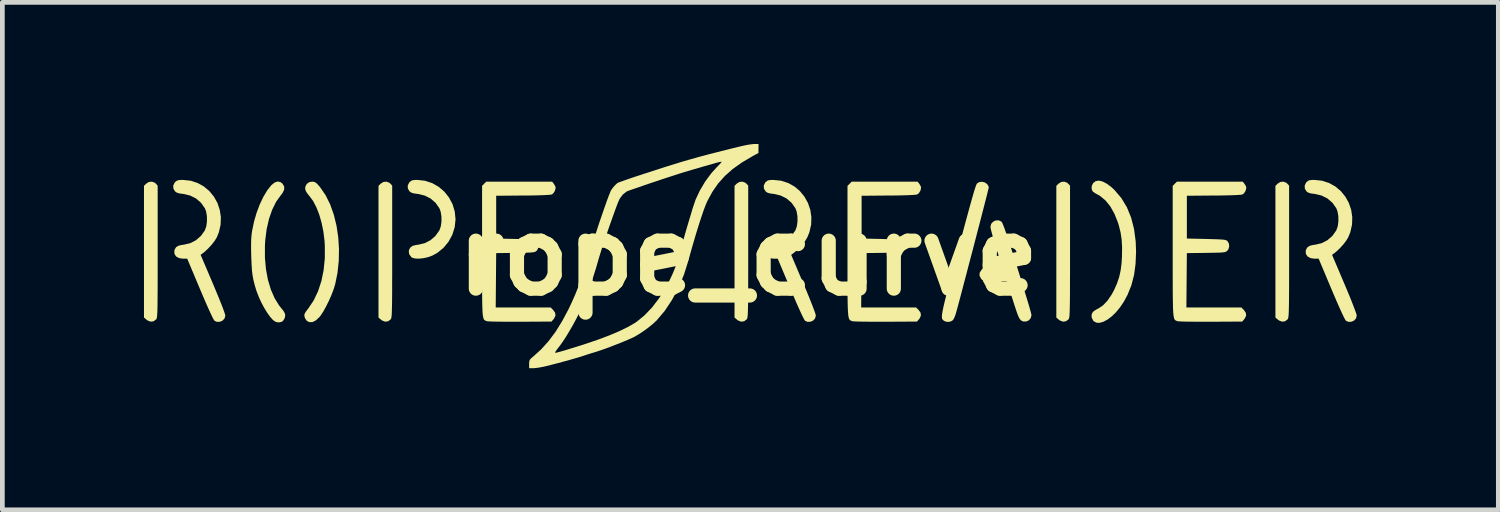
<source format=kicad_pcb>
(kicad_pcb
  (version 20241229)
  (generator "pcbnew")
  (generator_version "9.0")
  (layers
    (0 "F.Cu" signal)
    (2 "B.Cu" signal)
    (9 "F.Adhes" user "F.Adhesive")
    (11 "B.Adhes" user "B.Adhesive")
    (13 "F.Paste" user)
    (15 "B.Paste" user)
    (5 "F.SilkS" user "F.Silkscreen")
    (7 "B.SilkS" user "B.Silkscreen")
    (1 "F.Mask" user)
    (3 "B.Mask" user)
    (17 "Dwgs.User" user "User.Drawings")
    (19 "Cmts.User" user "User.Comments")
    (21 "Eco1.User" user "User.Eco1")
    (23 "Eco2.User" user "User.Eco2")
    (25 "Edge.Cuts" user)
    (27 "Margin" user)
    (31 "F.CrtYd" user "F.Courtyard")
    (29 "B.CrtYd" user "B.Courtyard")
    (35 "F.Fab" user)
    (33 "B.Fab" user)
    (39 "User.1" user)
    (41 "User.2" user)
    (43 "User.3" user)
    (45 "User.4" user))
  (footprint "rope_curve"
    (layer "F.Cu")
    (at 12.8 2.375)
    (property "Reference" "rope_curve" (at 0 0 0) (layer "F.SilkS") (effects (font (size 1.524 1.524) (thickness 0.3))))
    (attr board_only exclude_from_pos_files exclude_from_bom)
    (fp_poly (pts (xy -12.57 -1.554) (xy -12.549 -1.535) (xy -12.51 -1.493) (xy -12.51 -0.096) (xy -12.51 0.163) (xy -12.51 0.388) (xy -12.51 0.582) (xy -12.511 0.747) (xy -12.512 0.885) (xy -12.513 0.999) (xy -12.514 1.092) (xy -12.516 1.165) (xy -12.519 1.222) (xy -12.522 1.264) (xy -12.525 1.294) (xy -12.53 1.315) (xy -12.535 1.329) (xy -12.54 1.338) (xy -12.541 1.34) (xy -12.596 1.381) (xy -12.659 1.389) (xy -12.724 1.364) (xy -12.742 1.351) (xy -12.8 1.302) (xy -12.8 -1.488) (xy -12.755 -1.533) (xy -12.697 -1.57) (xy -12.631 -1.577)) (stroke (width 0) (type solid)) (fill yes) (layer "F.SilkS"))
    (fp_poly (pts (xy -7.603 -1.554) (xy -7.581 -1.535) (xy -7.542 -1.493) (xy -7.542 -0.096) (xy -7.542 0.163) (xy -7.542 0.388) (xy -7.543 0.582) (xy -7.543 0.747) (xy -7.544 0.885) (xy -7.545 0.999) (xy -7.547 1.092) (xy -7.549 1.165) (xy -7.551 1.222) (xy -7.554 1.264) (xy -7.558 1.294) (xy -7.562 1.315) (xy -7.567 1.329) (xy -7.573 1.338) (xy -7.574 1.34) (xy -7.628 1.381) (xy -7.692 1.389) (xy -7.757 1.364) (xy -7.774 1.351) (xy -7.832 1.302) (xy -7.832 -1.488) (xy -7.788 -1.533) (xy -7.729 -1.57) (xy -7.664 -1.577)) (stroke (width 0) (type solid)) (fill yes) (layer "F.SilkS"))
    (fp_poly (pts (xy -0.061 -1.554) (xy -0.039 -1.535) (xy 0 -1.493) (xy 0 -0.096) (xy -0.000041 0.163) (xy -0.000199 0.388) (xy -0.001 0.582) (xy -0.001 0.747) (xy -0.002 0.885) (xy -0.003 0.999) (xy -0.005 1.092) (xy -0.007 1.165) (xy -0.009 1.222) (xy -0.012 1.264) (xy -0.016 1.294) (xy -0.02 1.315) (xy -0.025 1.329) (xy -0.031 1.338) (xy -0.032 1.34) (xy -0.086 1.381) (xy -0.15 1.389) (xy -0.215 1.364) (xy -0.232 1.351) (xy -0.29 1.302) (xy -0.29 -1.488) (xy -0.246 -1.533) (xy -0.187 -1.57) (xy -0.122 -1.577)) (stroke (width 0) (type solid)) (fill yes) (layer "F.SilkS"))
    (fp_poly (pts (xy 6.756 -1.554) (xy 6.777 -1.535) (xy 6.817 -1.493) (xy 6.817 -0.096) (xy 6.817 0.163) (xy 6.817 0.388) (xy 6.816 0.582) (xy 6.816 0.747) (xy 6.815 0.885) (xy 6.814 0.999) (xy 6.812 1.092) (xy 6.81 1.165) (xy 6.808 1.222) (xy 6.805 1.264) (xy 6.801 1.294) (xy 6.797 1.315) (xy 6.792 1.329) (xy 6.786 1.338) (xy 6.785 1.34) (xy 6.73 1.381) (xy 6.667 1.389) (xy 6.602 1.364) (xy 6.584 1.351) (xy 6.527 1.302) (xy 6.527 -1.488) (xy 6.571 -1.533) (xy 6.63 -1.57) (xy 6.695 -1.577)) (stroke (width 0) (type solid)) (fill yes) (layer "F.SilkS"))
    (fp_poly (pts (xy 11.397 -1.554) (xy 11.419 -1.535) (xy 11.458 -1.493) (xy 11.458 -0.096) (xy 11.458 0.163) (xy 11.458 0.388) (xy 11.458 0.582) (xy 11.457 0.747) (xy 11.456 0.885) (xy 11.455 0.999) (xy 11.453 1.092) (xy 11.451 1.165) (xy 11.449 1.222) (xy 11.446 1.264) (xy 11.442 1.294) (xy 11.438 1.315) (xy 11.433 1.329) (xy 11.427 1.338) (xy 11.426 1.34) (xy 11.372 1.381) (xy 11.308 1.389) (xy 11.244 1.364) (xy 11.226 1.351) (xy 11.168 1.302) (xy 11.168 -1.488) (xy 11.213 -1.533) (xy 11.271 -1.57) (xy 11.336 -1.577)) (stroke (width 0) (type solid)) (fill yes) (layer "F.SilkS"))
    (fp_poly (pts (xy -9.198 -1.573) (xy -9.164 -1.558) (xy -9.127 -1.526) (xy -9.08 -1.472) (xy -9.062 -1.45) (xy -8.95 -1.285) (xy -8.855 -1.093) (xy -8.779 -0.878) (xy -8.722 -0.646) (xy -8.685 -0.401) (xy -8.669 -0.149) (xy -8.674 0.105) (xy -8.701 0.358) (xy -8.75 0.598) (xy -8.783 0.704) (xy -8.828 0.823) (xy -8.883 0.947) (xy -8.942 1.066) (xy -9.001 1.173) (xy -9.057 1.258) (xy -9.082 1.29) (xy -9.157 1.361) (xy -9.229 1.397) (xy -9.294 1.4) (xy -9.348 1.374) (xy -9.387 1.321) (xy -9.401 1.277) (xy -9.403 1.246) (xy -9.393 1.213) (xy -9.366 1.17) (xy -9.319 1.109) (xy -9.317 1.106) (xy -9.205 0.939) (xy -9.113 0.746) (xy -9.042 0.53) (xy -8.994 0.295) (xy -8.969 0.045) (xy -8.969 -0.216) (xy -8.975 -0.321) (xy -8.999 -0.515) (xy -9.037 -0.703) (xy -9.087 -0.878) (xy -9.148 -1.034) (xy -9.217 -1.166) (xy -9.287 -1.262) (xy -9.344 -1.332) (xy -9.376 -1.387) (xy -9.386 -1.436) (xy -9.382 -1.47) (xy -9.352 -1.529) (xy -9.297 -1.567) (xy -9.238 -1.577)) (stroke (width 0) (type solid)) (fill yes) (layer "F.SilkS"))
    (fp_poly (pts (xy -6.848 -1.596) (xy -6.697 -1.547) (xy -6.559 -1.469) (xy -6.439 -1.367) (xy -6.34 -1.243) (xy -6.264 -1.101) (xy -6.217 -0.945) (xy -6.2 -0.78) (xy -6.218 -0.612) (xy -6.268 -0.452) (xy -6.348 -0.305) (xy -6.454 -0.176) (xy -6.584 -0.07) (xy -6.686 -0.013) (xy -6.776 0.021) (xy -6.872 0.043) (xy -6.966 0.054) (xy -7.049 0.052) (xy -7.112 0.037) (xy -7.137 0.021) (xy -7.182 -0.04) (xy -7.191 -0.105) (xy -7.18 -0.144) (xy -7.152 -0.188) (xy -7.108 -0.217) (xy -7.04 -0.235) (xy -6.982 -0.243) (xy -6.852 -0.274) (xy -6.731 -0.336) (xy -6.627 -0.426) (xy -6.546 -0.54) (xy -6.541 -0.548) (xy -6.512 -0.631) (xy -6.498 -0.734) (xy -6.499 -0.843) (xy -6.516 -0.943) (xy -6.541 -1.011) (xy -6.623 -1.128) (xy -6.729 -1.22) (xy -6.856 -1.283) (xy -6.998 -1.317) (xy -7.013 -1.318) (xy -7.089 -1.329) (xy -7.14 -1.346) (xy -7.174 -1.371) (xy -7.21 -1.429) (xy -7.213 -1.494) (xy -7.184 -1.555) (xy -7.171 -1.569) (xy -7.141 -1.594) (xy -7.105 -1.608) (xy -7.052 -1.613) (xy -7.01 -1.614)) (stroke (width 0) (type solid)) (fill yes) (layer "F.SilkS"))
    (fp_poly (pts (xy 7.51 -1.579) (xy 7.602 -1.53) (xy 7.702 -1.454) (xy 7.761 -1.398) (xy 7.905 -1.228) (xy 8.022 -1.034) (xy 8.111 -0.816) (xy 8.173 -0.575) (xy 8.208 -0.31) (xy 8.216 -0.091) (xy 8.205 0.169) (xy 8.173 0.403) (xy 8.117 0.618) (xy 8.036 0.819) (xy 7.96 0.961) (xy 7.879 1.082) (xy 7.792 1.188) (xy 7.701 1.277) (xy 7.61 1.345) (xy 7.522 1.392) (xy 7.442 1.414) (xy 7.373 1.41) (xy 7.318 1.378) (xy 7.308 1.366) (xy 7.277 1.305) (xy 7.273 1.241) (xy 7.298 1.188) (xy 7.303 1.182) (xy 7.339 1.154) (xy 7.392 1.122) (xy 7.421 1.108) (xy 7.516 1.043) (xy 7.609 0.946) (xy 7.696 0.819) (xy 7.751 0.718) (xy 7.813 0.578) (xy 7.858 0.444) (xy 7.889 0.305) (xy 7.909 0.15) (xy 7.917 0.008) (xy 7.92 -0.182) (xy 7.911 -0.348) (xy 7.888 -0.501) (xy 7.85 -0.652) (xy 7.83 -0.716) (xy 7.757 -0.898) (xy 7.67 -1.053) (xy 7.569 -1.178) (xy 7.458 -1.271) (xy 7.407 -1.301) (xy 7.352 -1.331) (xy 7.309 -1.361) (xy 7.293 -1.376) (xy 7.273 -1.431) (xy 7.28 -1.495) (xy 7.308 -1.548) (xy 7.361 -1.588) (xy 7.429 -1.599)) (stroke (width 0) (type solid)) (fill yes) (layer "F.SilkS"))
    (fp_poly (pts (xy 5.014 -1.559) (xy 5.062 -1.525) (xy 5.091 -1.478) (xy 5.095 -1.452) (xy 5.09 -1.43) (xy 5.077 -1.377) (xy 5.057 -1.295) (xy 5.03 -1.189) (xy 4.997 -1.06) (xy 4.959 -0.913) (xy 4.917 -0.75) (xy 4.871 -0.576) (xy 4.824 -0.393) (xy 4.775 -0.204) (xy 4.725 -0.014) (xy 4.675 0.175) (xy 4.627 0.36) (xy 4.58 0.536) (xy 4.537 0.702) (xy 4.497 0.853) (xy 4.461 0.986) (xy 4.431 1.099) (xy 4.407 1.186) (xy 4.395 1.229) (xy 4.373 1.29) (xy 4.347 1.341) (xy 4.332 1.36) (xy 4.283 1.388) (xy 4.22 1.395) (xy 4.162 1.38) (xy 4.148 1.371) (xy 4.133 1.36) (xy 4.121 1.348) (xy 4.111 1.334) (xy 4.105 1.315) (xy 4.103 1.288) (xy 4.104 1.252) (xy 4.111 1.203) (xy 4.122 1.141) (xy 4.139 1.061) (xy 4.162 0.963) (xy 4.192 0.843) (xy 4.228 0.7) (xy 4.272 0.53) (xy 4.324 0.332) (xy 4.385 0.104) (xy 4.444 -0.121) (xy 4.516 -0.392) (xy 4.579 -0.63) (xy 4.635 -0.836) (xy 4.683 -1.012) (xy 4.724 -1.159) (xy 4.758 -1.279) (xy 4.786 -1.375) (xy 4.809 -1.447) (xy 4.826 -1.497) (xy 4.839 -1.527) (xy 4.845 -1.537) (xy 4.895 -1.568) (xy 4.954 -1.574)) (stroke (width 0) (type solid)) (fill yes) (layer "F.SilkS"))
    (fp_poly (pts (xy -9.909 -1.568) (xy -9.866 -1.535) (xy -9.83 -1.475) (xy -9.83 -1.408) (xy -9.866 -1.334) (xy -9.897 -1.295) (xy -9.999 -1.154) (xy -10.084 -0.983) (xy -10.152 -0.787) (xy -10.202 -0.567) (xy -10.232 -0.328) (xy -10.238 -0.217) (xy -10.238 0.036) (xy -10.216 0.277) (xy -10.174 0.503) (xy -10.112 0.71) (xy -10.032 0.893) (xy -9.935 1.05) (xy -9.892 1.103) (xy -9.843 1.164) (xy -9.817 1.212) (xy -9.808 1.256) (xy -9.808 1.262) (xy -9.819 1.313) (xy -9.845 1.36) (xy -9.879 1.391) (xy -9.897 1.396) (xy -9.929 1.402) (xy -9.938 1.404) (xy -9.97 1.403) (xy -10.016 1.39) (xy -10.019 1.388) (xy -10.068 1.353) (xy -10.125 1.29) (xy -10.187 1.204) (xy -10.25 1.102) (xy -10.311 0.989) (xy -10.365 0.872) (xy -10.41 0.756) (xy -10.424 0.716) (xy -10.456 0.608) (xy -10.48 0.512) (xy -10.498 0.419) (xy -10.511 0.321) (xy -10.519 0.208) (xy -10.525 0.073) (xy -10.528 -0.003) (xy -10.531 -0.144) (xy -10.531 -0.257) (xy -10.529 -0.351) (xy -10.523 -0.433) (xy -10.513 -0.512) (xy -10.507 -0.547) (xy -10.468 -0.733) (xy -10.414 -0.918) (xy -10.347 -1.095) (xy -10.271 -1.256) (xy -10.188 -1.394) (xy -10.106 -1.498) (xy -10.037 -1.556) (xy -9.971 -1.58)) (stroke (width 0) (type solid)) (fill yes) (layer "F.SilkS"))
    (fp_poly (pts (xy 5.362 -0.732) (xy 5.364 -0.73) (xy 5.377 -0.712) (xy 5.394 -0.675) (xy 5.418 -0.615) (xy 5.448 -0.531) (xy 5.485 -0.422) (xy 5.531 -0.285) (xy 5.585 -0.118) (xy 5.648 0.08) (xy 5.702 0.251) (xy 5.758 0.43) (xy 5.811 0.6) (xy 5.859 0.758) (xy 5.902 0.899) (xy 5.939 1.022) (xy 5.968 1.121) (xy 5.988 1.195) (xy 5.999 1.24) (xy 6.001 1.25) (xy 5.985 1.313) (xy 5.944 1.361) (xy 5.887 1.386) (xy 5.823 1.384) (xy 5.81 1.379) (xy 5.787 1.367) (xy 5.767 1.35) (xy 5.747 1.323) (xy 5.726 1.282) (xy 5.702 1.223) (xy 5.673 1.14) (xy 5.637 1.031) (xy 5.602 0.92) (xy 5.478 0.535) (xy 5.224 0.53) (xy 5.123 0.528) (xy 5.052 0.525) (xy 5.005 0.52) (xy 4.974 0.513) (xy 4.954 0.502) (xy 4.938 0.485) (xy 4.932 0.478) (xy 4.9 0.415) (xy 4.903 0.353) (xy 4.939 0.296) (xy 4.96 0.273) (xy 4.982 0.258) (xy 5.014 0.248) (xy 5.063 0.242) (xy 5.137 0.238) (xy 5.182 0.236) (xy 5.381 0.227) (xy 5.256 -0.169) (xy 5.22 -0.285) (xy 5.188 -0.393) (xy 5.161 -0.486) (xy 5.142 -0.56) (xy 5.132 -0.607) (xy 5.131 -0.618) (xy 5.146 -0.681) (xy 5.187 -0.728) (xy 5.243 -0.755) (xy 5.304 -0.758)) (stroke (width 0) (type solid)) (fill yes) (layer "F.SilkS"))
    (fp_poly (pts (xy -11.814 -1.597) (xy -11.665 -1.549) (xy -11.531 -1.475) (xy -11.415 -1.377) (xy -11.318 -1.259) (xy -11.244 -1.126) (xy -11.195 -0.98) (xy -11.171 -0.825) (xy -11.177 -0.666) (xy -11.213 -0.505) (xy -11.256 -0.399) (xy -11.3 -0.327) (xy -11.363 -0.245) (xy -11.438 -0.163) (xy -11.514 -0.092) (xy -11.552 -0.062) (xy -11.6 -0.027) (xy -11.338 0.588) (xy -11.27 0.751) (xy -11.21 0.897) (xy -11.159 1.023) (xy -11.12 1.126) (xy -11.093 1.202) (xy -11.079 1.25) (xy -11.077 1.262) (xy -11.093 1.321) (xy -11.134 1.366) (xy -11.191 1.391) (xy -11.253 1.393) (xy -11.305 1.371) (xy -11.322 1.347) (xy -11.351 1.292) (xy -11.391 1.208) (xy -11.442 1.096) (xy -11.502 0.96) (xy -11.57 0.801) (xy -11.613 0.7) (xy -11.884 0.055) (xy -11.976 0.055) (xy -12.058 0.042) (xy -12.119 0.008) (xy -12.153 -0.043) (xy -12.158 -0.107) (xy -12.147 -0.144) (xy -12.12 -0.188) (xy -12.076 -0.217) (xy -12.007 -0.235) (xy -11.95 -0.243) (xy -11.819 -0.274) (xy -11.699 -0.336) (xy -11.595 -0.426) (xy -11.513 -0.54) (xy -11.509 -0.548) (xy -11.48 -0.631) (xy -11.466 -0.734) (xy -11.467 -0.843) (xy -11.483 -0.943) (xy -11.509 -1.011) (xy -11.591 -1.128) (xy -11.697 -1.22) (xy -11.823 -1.283) (xy -11.966 -1.317) (xy -11.98 -1.318) (xy -12.057 -1.329) (xy -12.107 -1.346) (xy -12.142 -1.371) (xy -12.177 -1.429) (xy -12.18 -1.494) (xy -12.151 -1.555) (xy -12.139 -1.569) (xy -12.108 -1.594) (xy -12.073 -1.608) (xy -12.02 -1.613) (xy -11.977 -1.614)) (stroke (width 0) (type solid)) (fill yes) (layer "F.SilkS"))
    (fp_poly (pts (xy 0.695 -1.597) (xy 0.845 -1.549) (xy 0.979 -1.475) (xy 1.095 -1.377) (xy 1.191 -1.259) (xy 1.265 -1.126) (xy 1.315 -0.98) (xy 1.338 -0.825) (xy 1.333 -0.666) (xy 1.296 -0.505) (xy 1.253 -0.399) (xy 1.21 -0.327) (xy 1.146 -0.245) (xy 1.072 -0.163) (xy 0.996 -0.092) (xy 0.958 -0.062) (xy 0.91 -0.027) (xy 1.171 0.588) (xy 1.24 0.751) (xy 1.3 0.897) (xy 1.35 1.023) (xy 1.389 1.126) (xy 1.417 1.202) (xy 1.431 1.25) (xy 1.432 1.262) (xy 1.416 1.321) (xy 1.375 1.366) (xy 1.319 1.391) (xy 1.256 1.393) (xy 1.205 1.371) (xy 1.188 1.347) (xy 1.159 1.292) (xy 1.119 1.208) (xy 1.068 1.096) (xy 1.008 0.96) (xy 0.94 0.801) (xy 0.897 0.7) (xy 0.625 0.055) (xy 0.534 0.055) (xy 0.451 0.042) (xy 0.391 0.008) (xy 0.356 -0.043) (xy 0.351 -0.107) (xy 0.362 -0.144) (xy 0.39 -0.188) (xy 0.434 -0.217) (xy 0.502 -0.235) (xy 0.56 -0.243) (xy 0.69 -0.274) (xy 0.811 -0.336) (xy 0.915 -0.426) (xy 0.996 -0.54) (xy 1.001 -0.548) (xy 1.03 -0.631) (xy 1.044 -0.734) (xy 1.043 -0.843) (xy 1.026 -0.943) (xy 1.001 -1.011) (xy 0.919 -1.128) (xy 0.813 -1.22) (xy 0.687 -1.283) (xy 0.544 -1.317) (xy 0.529 -1.318) (xy 0.453 -1.329) (xy 0.402 -1.346) (xy 0.368 -1.371) (xy 0.333 -1.429) (xy 0.329 -1.494) (xy 0.358 -1.555) (xy 0.371 -1.569) (xy 0.401 -1.594) (xy 0.437 -1.608) (xy 0.49 -1.613) (xy 0.532 -1.614)) (stroke (width 0) (type solid)) (fill yes) (layer "F.SilkS"))
    (fp_poly (pts (xy 12.153 -1.597) (xy 12.303 -1.549) (xy 12.437 -1.475) (xy 12.553 -1.377) (xy 12.649 -1.259) (xy 12.723 -1.126) (xy 12.773 -0.98) (xy 12.796 -0.825) (xy 12.791 -0.666) (xy 12.754 -0.505) (xy 12.711 -0.399) (xy 12.668 -0.327) (xy 12.605 -0.245) (xy 12.53 -0.163) (xy 12.454 -0.092) (xy 12.416 -0.062) (xy 12.368 -0.027) (xy 12.629 0.588) (xy 12.698 0.751) (xy 12.758 0.897) (xy 12.808 1.023) (xy 12.847 1.126) (xy 12.875 1.202) (xy 12.889 1.25) (xy 12.89 1.262) (xy 12.875 1.321) (xy 12.834 1.366) (xy 12.777 1.391) (xy 12.715 1.393) (xy 12.663 1.371) (xy 12.646 1.347) (xy 12.617 1.292) (xy 12.577 1.208) (xy 12.526 1.096) (xy 12.466 0.96) (xy 12.398 0.801) (xy 12.355 0.7) (xy 12.084 0.055) (xy 11.992 0.055) (xy 11.909 0.042) (xy 11.849 0.008) (xy 11.814 -0.043) (xy 11.809 -0.107) (xy 11.82 -0.144) (xy 11.848 -0.188) (xy 11.892 -0.217) (xy 11.96 -0.235) (xy 12.018 -0.243) (xy 12.148 -0.274) (xy 12.269 -0.336) (xy 12.373 -0.426) (xy 12.455 -0.54) (xy 12.459 -0.548) (xy 12.488 -0.631) (xy 12.502 -0.734) (xy 12.501 -0.843) (xy 12.484 -0.943) (xy 12.459 -1.011) (xy 12.377 -1.128) (xy 12.271 -1.22) (xy 12.145 -1.283) (xy 12.002 -1.317) (xy 11.988 -1.318) (xy 11.911 -1.329) (xy 11.86 -1.346) (xy 11.826 -1.371) (xy 11.791 -1.429) (xy 11.788 -1.494) (xy 11.816 -1.555) (xy 11.829 -1.569) (xy 11.859 -1.594) (xy 11.895 -1.608) (xy 11.948 -1.613) (xy 11.99 -1.614)) (stroke (width 0) (type solid)) (fill yes) (layer "F.SilkS"))
    (fp_poly (pts (xy -4.117 -1.53) (xy -4.091 -1.487) (xy -4.079 -1.45) (xy -4.079 -1.449) (xy -4.093 -1.388) (xy -4.126 -1.333) (xy -4.158 -1.307) (xy -4.19 -1.3) (xy -4.258 -1.295) (xy -4.362 -1.29) (xy -4.5 -1.286) (xy -4.673 -1.283) (xy -4.768 -1.283) (xy -5.339 -1.278) (xy -5.339 -0.372) (xy -4.929 -0.363) (xy -4.795 -0.359) (xy -4.692 -0.356) (xy -4.617 -0.352) (xy -4.563 -0.348) (xy -4.526 -0.342) (xy -4.502 -0.334) (xy -4.485 -0.323) (xy -4.48 -0.319) (xy -4.448 -0.268) (xy -4.442 -0.205) (xy -4.459 -0.144) (xy -4.483 -0.112) (xy -4.499 -0.1) (xy -4.517 -0.09) (xy -4.543 -0.083) (xy -4.582 -0.078) (xy -4.638 -0.074) (xy -4.717 -0.072) (xy -4.824 -0.07) (xy -4.932 -0.068) (xy -5.339 -0.063) (xy -5.344 0.512) (xy -5.349 1.088) (xy -4.185 1.088) (xy -4.132 1.141) (xy -4.09 1.201) (xy -4.083 1.261) (xy -4.113 1.323) (xy -4.123 1.336) (xy -4.167 1.387) (xy -4.835 1.391) (xy -4.988 1.391) (xy -5.131 1.391) (xy -5.26 1.389) (xy -5.369 1.388) (xy -5.456 1.385) (xy -5.514 1.382) (xy -5.541 1.378) (xy -5.541 1.378) (xy -5.559 1.371) (xy -5.574 1.364) (xy -5.588 1.355) (xy -5.599 1.341) (xy -5.608 1.319) (xy -5.616 1.288) (xy -5.623 1.245) (xy -5.628 1.188) (xy -5.631 1.114) (xy -5.634 1.02) (xy -5.636 0.905) (xy -5.637 0.766) (xy -5.638 0.6) (xy -5.638 0.406) (xy -5.638 0.18) (xy -5.638 -0.079) (xy -5.638 -1.488) (xy -5.594 -1.533) (xy -5.549 -1.577) (xy -4.154 -1.577)) (stroke (width 0) (type solid)) (fill yes) (layer "F.SilkS"))
    (fp_poly (pts (xy 3.625 -1.53) (xy 3.651 -1.487) (xy 3.662 -1.45) (xy 3.662 -1.449) (xy 3.649 -1.388) (xy 3.615 -1.333) (xy 3.583 -1.307) (xy 3.551 -1.3) (xy 3.483 -1.295) (xy 3.38 -1.29) (xy 3.242 -1.286) (xy 3.069 -1.283) (xy 2.973 -1.283) (xy 2.402 -1.278) (xy 2.402 -0.372) (xy 2.813 -0.363) (xy 2.947 -0.359) (xy 3.049 -0.356) (xy 3.125 -0.352) (xy 3.178 -0.348) (xy 3.215 -0.342) (xy 3.239 -0.334) (xy 3.256 -0.323) (xy 3.262 -0.319) (xy 3.293 -0.268) (xy 3.3 -0.205) (xy 3.282 -0.144) (xy 3.258 -0.112) (xy 3.243 -0.1) (xy 3.225 -0.09) (xy 3.199 -0.083) (xy 3.16 -0.078) (xy 3.103 -0.074) (xy 3.024 -0.072) (xy 2.918 -0.07) (xy 2.809 -0.068) (xy 2.402 -0.063) (xy 2.397 0.512) (xy 2.393 1.088) (xy 3.556 1.088) (xy 3.609 1.141) (xy 3.652 1.201) (xy 3.658 1.261) (xy 3.629 1.323) (xy 3.619 1.336) (xy 3.575 1.387) (xy 2.907 1.391) (xy 2.753 1.391) (xy 2.61 1.391) (xy 2.482 1.389) (xy 2.372 1.388) (xy 2.286 1.385) (xy 2.227 1.382) (xy 2.2 1.378) (xy 2.2 1.378) (xy 2.183 1.371) (xy 2.167 1.364) (xy 2.154 1.355) (xy 2.143 1.341) (xy 2.133 1.319) (xy 2.125 1.288) (xy 2.119 1.245) (xy 2.114 1.188) (xy 2.11 1.114) (xy 2.107 1.02) (xy 2.105 0.905) (xy 2.104 0.766) (xy 2.103 0.6) (xy 2.103 0.406) (xy 2.103 0.18) (xy 2.103 -0.079) (xy 2.103 -0.105) (xy 2.103 -1.488) (xy 2.192 -1.577) (xy 3.587 -1.577)) (stroke (width 0) (type solid)) (fill yes) (layer "F.SilkS"))
    (fp_poly (pts (xy 10.514 -1.53) (xy 10.54 -1.487) (xy 10.552 -1.45) (xy 10.552 -1.449) (xy 10.538 -1.388) (xy 10.505 -1.333) (xy 10.473 -1.307) (xy 10.44 -1.3) (xy 10.373 -1.295) (xy 10.269 -1.29) (xy 10.131 -1.286) (xy 9.958 -1.283) (xy 9.863 -1.283) (xy 9.292 -1.278) (xy 9.292 -0.372) (xy 9.702 -0.363) (xy 9.836 -0.359) (xy 9.938 -0.356) (xy 10.014 -0.352) (xy 10.068 -0.348) (xy 10.104 -0.342) (xy 10.129 -0.334) (xy 10.146 -0.323) (xy 10.151 -0.319) (xy 10.182 -0.268) (xy 10.189 -0.205) (xy 10.172 -0.144) (xy 10.147 -0.112) (xy 10.132 -0.1) (xy 10.114 -0.09) (xy 10.088 -0.083) (xy 10.049 -0.078) (xy 9.993 -0.074) (xy 9.914 -0.072) (xy 9.807 -0.07) (xy 9.699 -0.068) (xy 9.292 -0.063) (xy 9.287 0.512) (xy 9.282 1.088) (xy 10.446 1.088) (xy 10.499 1.141) (xy 10.541 1.201) (xy 10.548 1.261) (xy 10.518 1.323) (xy 10.508 1.336) (xy 10.464 1.387) (xy 9.796 1.391) (xy 9.643 1.391) (xy 9.5 1.391) (xy 9.371 1.389) (xy 9.261 1.388) (xy 9.175 1.385) (xy 9.116 1.382) (xy 9.09 1.378) (xy 9.09 1.378) (xy 9.072 1.371) (xy 9.056 1.364) (xy 9.043 1.355) (xy 9.032 1.341) (xy 9.022 1.319) (xy 9.015 1.288) (xy 9.008 1.245) (xy 9.003 1.188) (xy 8.999 1.114) (xy 8.997 1.02) (xy 8.995 0.905) (xy 8.993 0.766) (xy 8.993 0.6) (xy 8.992 0.406) (xy 8.992 0.18) (xy 8.992 -0.079) (xy 8.992 -1.488) (xy 9.037 -1.533) (xy 9.081 -1.577) (xy 10.476 -1.577)) (stroke (width 0) (type solid)) (fill yes) (layer "F.SilkS"))
    (fp_poly (pts (xy 0.217 -2.185) (xy 0.093 -2.117) (xy -0.134 -1.983) (xy -0.328 -1.845) (xy -0.494 -1.698) (xy -0.637 -1.538) (xy -0.76 -1.361) (xy -0.867 -1.163) (xy -0.871 -1.155) (xy -0.905 -1.075) (xy -0.946 -0.965) (xy -0.993 -0.827) (xy -1.045 -0.668) (xy -1.1 -0.49) (xy -1.157 -0.298) (xy -1.215 -0.096) (xy -1.269 0.1) (xy -1.362 0.395) (xy -1.479 0.673) (xy -1.615 0.929) (xy -1.769 1.161) (xy -1.94 1.363) (xy -1.943 1.366) (xy -2.015 1.433) (xy -2.107 1.508) (xy -2.21 1.584) (xy -2.313 1.652) (xy -2.405 1.707) (xy -2.438 1.723) (xy -2.536 1.767) (xy -2.655 1.817) (xy -2.786 1.869) (xy -2.919 1.921) (xy -3.046 1.968) (xy -3.157 2.006) (xy -3.227 2.029) (xy -3.31 2.054) (xy -3.396 2.081) (xy -3.463 2.103) (xy -3.545 2.13) (xy -3.654 2.162) (xy -3.781 2.199) (xy -3.917 2.236) (xy -4.054 2.273) (xy -4.182 2.306) (xy -4.294 2.334) (xy -4.357 2.348) (xy -4.434 2.362) (xy -4.51 2.372) (xy -4.561 2.375) (xy -4.641 2.375) (xy -4.641 2.287) (xy -4.639 2.236) (xy -4.629 2.2) (xy -4.602 2.168) (xy -4.555 2.128) (xy -4.464 2.046) (xy -4.09 2.046) (xy -4.08 2.049) (xy -4.079 2.049) (xy -4.055 2.044) (xy -4.003 2.03) (xy -3.931 2.01) (xy -3.845 1.985) (xy -3.82 1.977) (xy -3.492 1.875) (xy -3.201 1.777) (xy -2.945 1.681) (xy -2.726 1.588) (xy -2.543 1.499) (xy -2.396 1.413) (xy -2.366 1.393) (xy -2.199 1.257) (xy -2.038 1.089) (xy -1.888 0.893) (xy -1.75 0.673) (xy -1.659 0.499) (xy -1.61 0.394) (xy -1.568 0.296) (xy -1.531 0.198) (xy -1.495 0.092) (xy -1.458 -0.031) (xy -1.418 -0.178) (xy -1.398 -0.254) (xy -1.37 -0.356) (xy -1.336 -0.477) (xy -1.3 -0.601) (xy -1.268 -0.707) (xy -1.24 -0.801) (xy -1.214 -0.886) (xy -1.194 -0.955) (xy -1.181 -1) (xy -1.179 -1.006) (xy -1.115 -1.196) (xy -1.024 -1.39) (xy -0.911 -1.58) (xy -0.781 -1.756) (xy -0.663 -1.886) (xy -0.616 -1.934) (xy -0.58 -1.973) (xy -0.563 -1.995) (xy -0.562 -1.997) (xy -0.578 -1.998) (xy -0.62 -1.99) (xy -0.679 -1.975) (xy -0.684 -1.974) (xy -0.761 -1.951) (xy -0.855 -1.924) (xy -0.949 -1.898) (xy -0.97 -1.892) (xy -1.047 -1.869) (xy -1.116 -1.849) (xy -1.166 -1.835) (xy -1.178 -1.831) (xy -1.22 -1.818) (xy -1.282 -1.8) (xy -1.333 -1.785) (xy -1.387 -1.769) (xy -1.466 -1.744) (xy -1.565 -1.712) (xy -1.68 -1.675) (xy -1.805 -1.634) (xy -1.935 -1.59) (xy -2.065 -1.547) (xy -2.191 -1.504) (xy -2.307 -1.464) (xy -2.408 -1.429) (xy -2.49 -1.401) (xy -2.547 -1.38) (xy -2.574 -1.369) (xy -2.653 -1.308) (xy -2.72 -1.22) (xy -2.757 -1.141) (xy -2.813 -0.991) (xy -2.871 -0.83) (xy -2.93 -0.664) (xy -2.987 -0.5) (xy -3.041 -0.343) (xy -3.088 -0.2) (xy -3.127 -0.076) (xy -3.157 0.021) (xy -3.164 0.045) (xy -3.227 0.263) (xy -3.298 0.485) (xy -3.373 0.702) (xy -3.45 0.905) (xy -3.526 1.088) (xy -3.581 1.208) (xy -3.643 1.33) (xy -3.713 1.46) (xy -3.788 1.589) (xy -3.861 1.71) (xy -3.93 1.815) (xy -3.987 1.895) (xy -4.04 1.963) (xy -4.072 2.007) (xy -4.088 2.033) (xy -4.09 2.046) (xy -4.464 2.046) (xy -4.386 1.975) (xy -4.229 1.801) (xy -4.081 1.603) (xy -3.94 1.375) (xy -3.81 1.132) (xy -3.734 0.972) (xy -3.662 0.808) (xy -3.593 0.635) (xy -3.524 0.445) (xy -3.453 0.232) (xy -3.378 -0.009) (xy -3.372 -0.027) (xy -3.322 -0.191) (xy -3.267 -0.364) (xy -3.21 -0.539) (xy -3.153 -0.713) (xy -3.096 -0.879) (xy -3.043 -1.032) (xy -2.995 -1.168) (xy -2.953 -1.281) (xy -2.919 -1.365) (xy -2.913 -1.38) (xy -2.89 -1.418) (xy -2.854 -1.464) (xy -2.813 -1.509) (xy -2.775 -1.544) (xy -2.75 -1.559) (xy -2.749 -1.559) (xy -2.73 -1.565) (xy -2.687 -1.58) (xy -2.627 -1.602) (xy -2.618 -1.605) (xy -2.556 -1.627) (xy -2.469 -1.657) (xy -2.367 -1.691) (xy -2.259 -1.726) (xy -2.212 -1.742) (xy -2.101 -1.777) (xy -1.986 -1.814) (xy -1.88 -1.849) (xy -1.793 -1.877) (xy -1.768 -1.885) (xy -1.669 -1.916) (xy -1.56 -1.95) (xy -1.451 -1.984) (xy -1.35 -2.014) (xy -1.267 -2.038) (xy -1.224 -2.05) (xy -1.175 -2.063) (xy -1.11 -2.082) (xy -1.07 -2.094) (xy -1.01 -2.11) (xy -0.923 -2.133) (xy -0.815 -2.162) (xy -0.692 -2.193) (xy -0.563 -2.226) (xy -0.434 -2.258) (xy -0.312 -2.289) (xy -0.204 -2.315) (xy -0.118 -2.335) (xy -0.113 -2.336) (xy -0.029 -2.354) (xy 0.053 -2.367) (xy 0.118 -2.374) (xy 0.136 -2.375) (xy 0.218 -2.375)) (stroke (width 0) (type solid)) (fill yes) (layer "F.SilkS")))
  (gr_rect
    (start -3 -3)
    (end 28.69 7.75)
    (stroke (width 0.1) (type default))
    (fill no)
    (layer "Edge.Cuts")))
</source>
